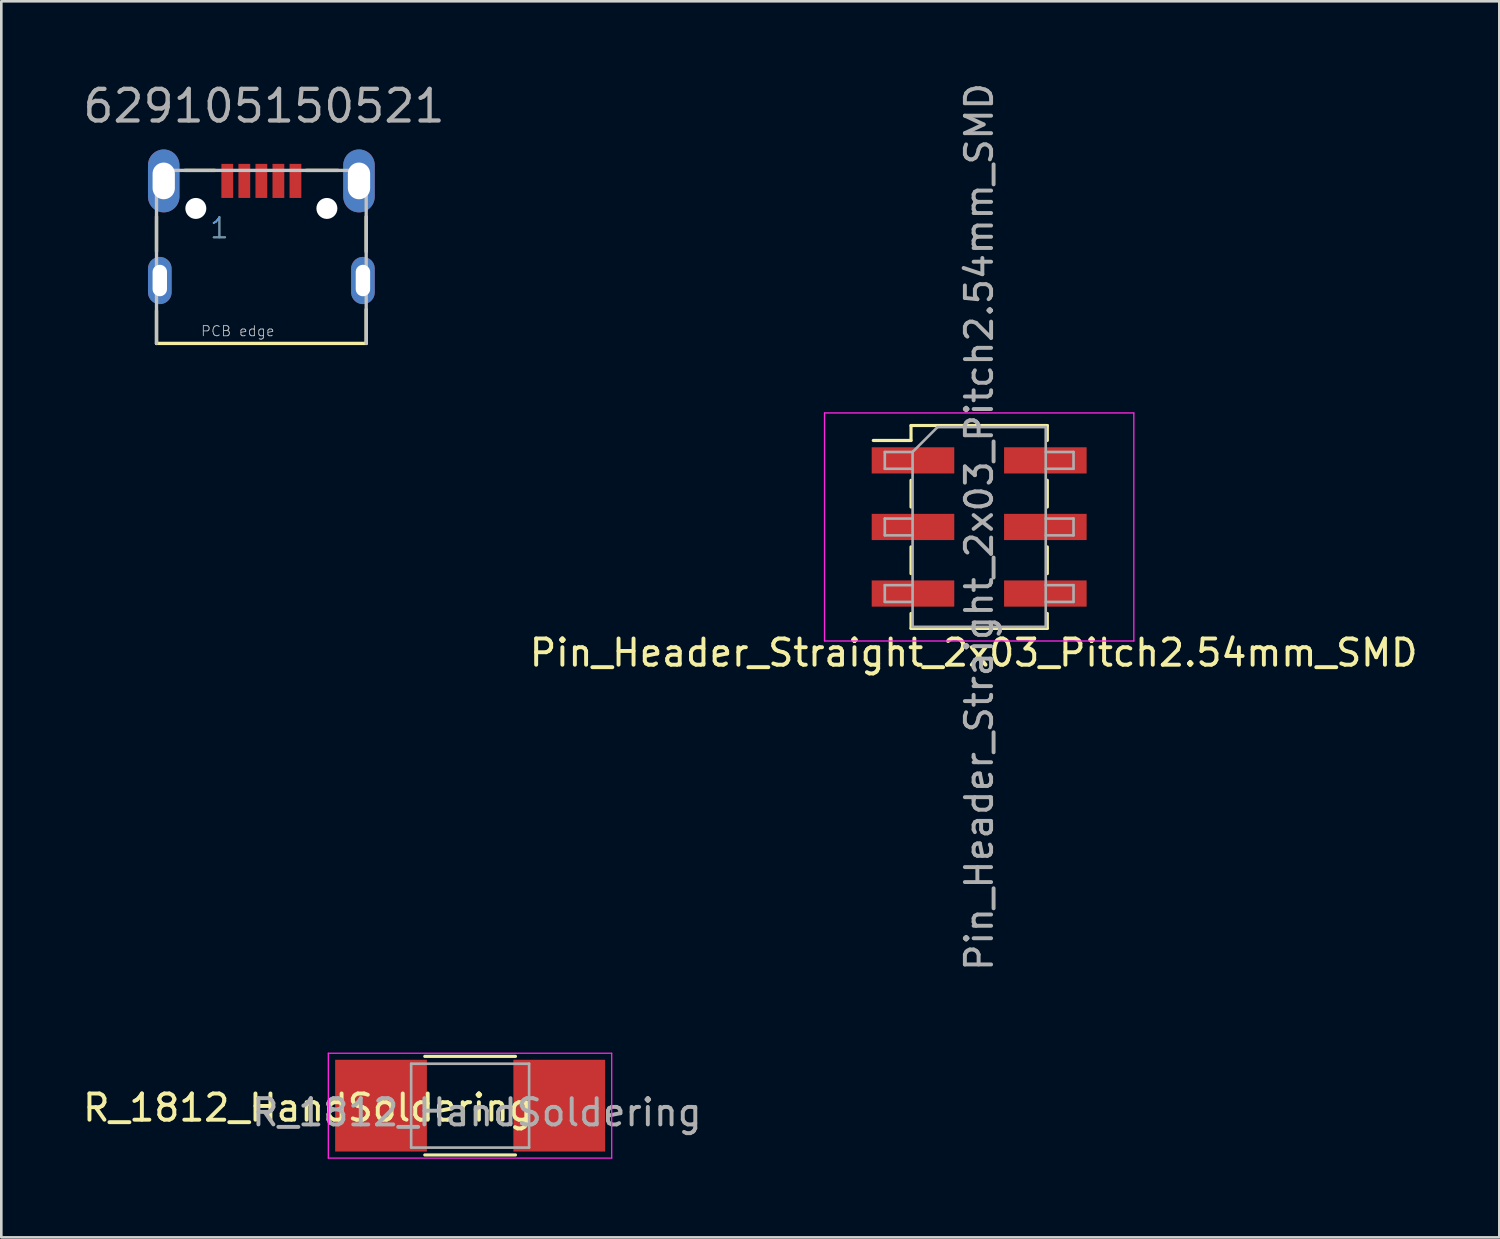
<source format=kicad_pcb>
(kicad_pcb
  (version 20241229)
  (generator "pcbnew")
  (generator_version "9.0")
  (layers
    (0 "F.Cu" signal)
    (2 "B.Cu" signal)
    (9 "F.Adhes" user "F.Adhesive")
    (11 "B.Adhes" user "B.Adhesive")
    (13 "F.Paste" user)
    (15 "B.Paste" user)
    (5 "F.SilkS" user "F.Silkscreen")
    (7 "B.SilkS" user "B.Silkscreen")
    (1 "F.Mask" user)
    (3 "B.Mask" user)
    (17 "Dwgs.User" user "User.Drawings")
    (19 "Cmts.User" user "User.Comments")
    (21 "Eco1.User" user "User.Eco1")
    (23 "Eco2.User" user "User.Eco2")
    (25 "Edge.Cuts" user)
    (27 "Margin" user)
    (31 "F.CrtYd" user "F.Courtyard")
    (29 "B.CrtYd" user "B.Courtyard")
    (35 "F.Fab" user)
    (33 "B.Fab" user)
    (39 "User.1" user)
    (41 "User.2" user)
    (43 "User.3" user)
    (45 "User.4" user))
  (footprint "R_1812_HandSoldering"
    (layer "F.Cu")
    (at 14.886 39.132)
    (property "Reference" "R_1812_HandSoldering" (at -6.19 0.08 0) (layer "F.SilkS") (effects (font (size 1 1) (thickness 0.15))))
    (attr smd)
    (fp_line (start -1.73 -1.88) (end 1.73 -1.88) (stroke (width 0.12) (type solid)) (layer "F.SilkS"))
    (fp_line (start -1.73 1.88) (end 1.73 1.88) (stroke (width 0.12) (type solid)) (layer "F.SilkS"))
    (fp_line (start -5.41 -2) (end -5.41 2) (stroke (width 0.05) (type solid)) (layer "F.CrtYd"))
    (fp_line (start -5.41 -2) (end 5.4 -2) (stroke (width 0.05) (type solid)) (layer "F.CrtYd"))
    (fp_line (start 5.4 2) (end -5.41 2) (stroke (width 0.05) (type solid)) (layer "F.CrtYd"))
    (fp_line (start 5.4 2) (end 5.4 -2) (stroke (width 0.05) (type solid)) (layer "F.CrtYd"))
    (fp_line (start -2.25 -1.6) (end 2.25 -1.6) (stroke (width 0.1) (type solid)) (layer "F.Fab"))
    (fp_line (start -2.25 1.6) (end -2.25 -1.6) (stroke (width 0.1) (type solid)) (layer "F.Fab"))
    (fp_line (start 2.25 -1.6) (end 2.25 1.6) (stroke (width 0.1) (type solid)) (layer "F.Fab"))
    (fp_line (start 2.25 1.6) (end -2.25 1.6) (stroke (width 0.1) (type solid)) (layer "F.Fab"))
    (fp_text user "${REFERENCE}" (at 0.256 0.26 0) (layer "F.Fab") (effects (font (size 1 1) (thickness 0.15))))
    (pad "1" smd rect (at -3.4 0) (size 3.5 3.5) (layers "F.Cu" "F.Mask" "F.Paste"))
    (pad "2" smd rect (at 3.4 0) (size 3.5 3.5) (layers "F.Cu" "F.Mask" "F.Paste")))
  (footprint "629105150521"
    (layer "F.Cu")
    (at 6.921 4.902)
    (property "Reference" "629105150521" (at 0.1 -3.2 0) (layer "F.Fab") (effects (font (size 1.206 1.206) (thickness 0.165)) (justify bottom)))
    (attr through_hole)
    (fp_line (start -4 0.31) (end -4 1.64) (stroke (width 0.127) (type solid)) (layer "F.SilkS"))
    (fp_line (start -4 3.9) (end -4 5.15) (stroke (width 0.127) (type solid)) (layer "F.SilkS"))
    (fp_line (start -4 5.15) (end 4 5.15) (stroke (width 0.127) (type solid)) (layer "F.SilkS"))
    (fp_line (start -2.92 -1.45) (end -1.77 -1.45) (stroke (width 0.127) (type solid)) (layer "F.SilkS"))
    (fp_line (start 1.71 -1.45) (end 2.93 -1.45) (stroke (width 0.127) (type solid)) (layer "F.SilkS"))
    (fp_line (start 4 0.32) (end 4 1.65) (stroke (width 0.127) (type solid)) (layer "F.SilkS"))
    (fp_line (start 4 3.85) (end 4 5.15) (stroke (width 0.127) (type solid)) (layer "F.SilkS"))
    (fp_line (start -4 -1.45) (end 4 -1.45) (stroke (width 0.127) (type solid)) (layer "Dwgs.User"))
    (fp_line (start -4 5.15) (end -4 -1.45) (stroke (width 0.127) (type solid)) (layer "Dwgs.User"))
    (fp_line (start 4 5.15) (end 4 -1.45) (stroke (width 0.127) (type solid)) (layer "Dwgs.User"))
    (fp_text user "1" (at -1.6 0.75 0) (layer "F.SilkS") (effects (font (size 0.772 0.772) (thickness 0.065))))
    (fp_text user "PCB edge" (at -0.9 4.68 0) (layer "Dwgs.User") (effects (font (size 0.386 0.386) (thickness 0.033))))
    (fp_text user "1" (at -1.6 0.75 0) (layer "Cmts.User") (effects (font (size 0.772 0.772) (thickness 0.065))))
    (pad "" np_thru_hole circle (at -2.5 0) (size 0.8 0.8) (drill 0.8) (layers "*.Cu"))
    (pad "" np_thru_hole circle (at 2.5 0) (size 0.8 0.8) (drill 0.8) (layers "*.Cu"))
    (pad "1" smd rect (at -1.3 -1.05) (size 0.45 1.3) (layers "F.Cu" "F.Mask" "F.Paste"))
    (pad "2" smd rect (at -0.65 -1.05) (size 0.45 1.3) (layers "F.Cu" "F.Mask" "F.Paste"))
    (pad "3" smd rect (at 0 -1.05) (size 0.45 1.3) (layers "F.Cu" "F.Mask" "F.Paste"))
    (pad "4" smd rect (at 0.65 -1.05) (size 0.45 1.3) (layers "F.Cu" "F.Mask" "F.Paste"))
    (pad "5" smd rect (at 1.3 -1.05) (size 0.45 1.3) (layers "F.Cu" "F.Mask" "F.Paste"))
    (pad "SHEL" thru_hole oval (at -3.875 2.75 90) (size 1.8 0.9) (drill oval 1.2 0.55) (layers "*.Cu" "*.Mask"))
    (pad "SHEL" thru_hole oval (at -3.725 -1.05 90) (size 2.4 1.2) (drill oval 1.4 0.85) (layers "*.Cu" "*.Mask"))
    (pad "SHEL" thru_hole oval (at 3.725 -1.05 90) (size 2.4 1.2) (drill oval 1.4 0.85) (layers "*.Cu" "*.Mask"))
    (pad "SHEL" thru_hole oval (at 3.875 2.75 90) (size 1.8 0.9) (drill oval 1.2 0.55) (layers "*.Cu" "*.Mask")))
  (footprint "Pin_Header_Straight_2x03_Pitch2.54mm_SMD"
    (layer "F.Cu")
    (at 34.306 17.054)
    (property "Reference" "Pin_Header_Straight_2x03_Pitch2.54mm_SMD" (at -0.21 4.8 0) (layer "F.SilkS") (effects (font (size 1 1) (thickness 0.15))))
    (attr smd)
    (fp_line (start -4.04 -3.3) (end -2.6 -3.3) (stroke (width 0.12) (type solid)) (layer "F.SilkS"))
    (fp_line (start -2.6 -3.87) (end -2.6 -3.3) (stroke (width 0.12) (type solid)) (layer "F.SilkS"))
    (fp_line (start -2.6 -3.87) (end 2.6 -3.87) (stroke (width 0.12) (type solid)) (layer "F.SilkS"))
    (fp_line (start -2.6 -1.78) (end -2.6 -0.76) (stroke (width 0.12) (type solid)) (layer "F.SilkS"))
    (fp_line (start -2.6 0.76) (end -2.6 1.78) (stroke (width 0.12) (type solid)) (layer "F.SilkS"))
    (fp_line (start -2.6 3.3) (end -2.6 3.87) (stroke (width 0.12) (type solid)) (layer "F.SilkS"))
    (fp_line (start -2.6 3.87) (end 2.6 3.87) (stroke (width 0.12) (type solid)) (layer "F.SilkS"))
    (fp_line (start 2.6 -3.87) (end 2.6 -3.3) (stroke (width 0.12) (type solid)) (layer "F.SilkS"))
    (fp_line (start 2.6 -1.78) (end 2.6 -0.76) (stroke (width 0.12) (type solid)) (layer "F.SilkS"))
    (fp_line (start 2.6 0.76) (end 2.6 1.78) (stroke (width 0.12) (type solid)) (layer "F.SilkS"))
    (fp_line (start 2.6 3.3) (end 2.6 3.87) (stroke (width 0.12) (type solid)) (layer "F.SilkS"))
    (fp_line (start -5.9 -4.35) (end -5.9 4.35) (stroke (width 0.05) (type solid)) (layer "F.CrtYd"))
    (fp_line (start -5.9 4.35) (end 5.9 4.35) (stroke (width 0.05) (type solid)) (layer "F.CrtYd"))
    (fp_line (start 5.9 -4.35) (end -5.9 -4.35) (stroke (width 0.05) (type solid)) (layer "F.CrtYd"))
    (fp_line (start 5.9 4.35) (end 5.9 -4.35) (stroke (width 0.05) (type solid)) (layer "F.CrtYd"))
    (fp_line (start -3.6 -2.86) (end -3.6 -2.22) (stroke (width 0.1) (type solid)) (layer "F.Fab"))
    (fp_line (start -3.6 -2.22) (end -2.54 -2.22) (stroke (width 0.1) (type solid)) (layer "F.Fab"))
    (fp_line (start -3.6 -0.32) (end -3.6 0.32) (stroke (width 0.1) (type solid)) (layer "F.Fab"))
    (fp_line (start -3.6 0.32) (end -2.54 0.32) (stroke (width 0.1) (type solid)) (layer "F.Fab"))
    (fp_line (start -3.6 2.22) (end -3.6 2.86) (stroke (width 0.1) (type solid)) (layer "F.Fab"))
    (fp_line (start -3.6 2.86) (end -2.54 2.86) (stroke (width 0.1) (type solid)) (layer "F.Fab"))
    (fp_line (start -2.54 -2.86) (end -3.6 -2.86) (stroke (width 0.1) (type solid)) (layer "F.Fab"))
    (fp_line (start -2.54 -2.86) (end -1.59 -3.81) (stroke (width 0.1) (type solid)) (layer "F.Fab"))
    (fp_line (start -2.54 -0.32) (end -3.6 -0.32) (stroke (width 0.1) (type solid)) (layer "F.Fab"))
    (fp_line (start -2.54 2.22) (end -3.6 2.22) (stroke (width 0.1) (type solid)) (layer "F.Fab"))
    (fp_line (start -2.54 3.81) (end -2.54 -2.86) (stroke (width 0.1) (type solid)) (layer "F.Fab"))
    (fp_line (start -1.59 -3.81) (end 2.54 -3.81) (stroke (width 0.1) (type solid)) (layer "F.Fab"))
    (fp_line (start 2.54 -3.81) (end 2.54 3.81) (stroke (width 0.1) (type solid)) (layer "F.Fab"))
    (fp_line (start 2.54 -2.86) (end 3.6 -2.86) (stroke (width 0.1) (type solid)) (layer "F.Fab"))
    (fp_line (start 2.54 -0.32) (end 3.6 -0.32) (stroke (width 0.1) (type solid)) (layer "F.Fab"))
    (fp_line (start 2.54 2.22) (end 3.6 2.22) (stroke (width 0.1) (type solid)) (layer "F.Fab"))
    (fp_line (start 2.54 3.81) (end -2.54 3.81) (stroke (width 0.1) (type solid)) (layer "F.Fab"))
    (fp_line (start 3.6 -2.86) (end 3.6 -2.22) (stroke (width 0.1) (type solid)) (layer "F.Fab"))
    (fp_line (start 3.6 -2.22) (end 2.54 -2.22) (stroke (width 0.1) (type solid)) (layer "F.Fab"))
    (fp_line (start 3.6 -0.32) (end 3.6 0.32) (stroke (width 0.1) (type solid)) (layer "F.Fab"))
    (fp_line (start 3.6 0.32) (end 2.54 0.32) (stroke (width 0.1) (type solid)) (layer "F.Fab"))
    (fp_line (start 3.6 2.22) (end 3.6 2.86) (stroke (width 0.1) (type solid)) (layer "F.Fab"))
    (fp_line (start 3.6 2.86) (end 2.54 2.86) (stroke (width 0.1) (type solid)) (layer "F.Fab"))
    (fp_text user "${REFERENCE}" (at 0 0 90) (layer "F.Fab") (effects (font (size 1 1) (thickness 0.15))))
    (pad "1" smd rect (at -2.525 -2.54) (size 3.15 1) (layers "F.Cu" "F.Mask" "F.Paste"))
    (pad "2" smd rect (at 2.525 -2.54) (size 3.15 1) (layers "F.Cu" "F.Mask" "F.Paste"))
    (pad "3" smd rect (at -2.525 0) (size 3.15 1) (layers "F.Cu" "F.Mask" "F.Paste"))
    (pad "4" smd rect (at 2.525 0) (size 3.15 1) (layers "F.Cu" "F.Mask" "F.Paste"))
    (pad "5" smd rect (at -2.525 2.54) (size 3.15 1) (layers "F.Cu" "F.Mask" "F.Paste"))
    (pad "6" smd rect (at 2.525 2.54) (size 3.15 1) (layers "F.Cu" "F.Mask" "F.Paste")))
  (gr_rect
    (start -3 -3)
    (end 54.15 44.157)
    (stroke (width 0.1) (type default))
    (fill no)
    (layer "Edge.Cuts")))
</source>
